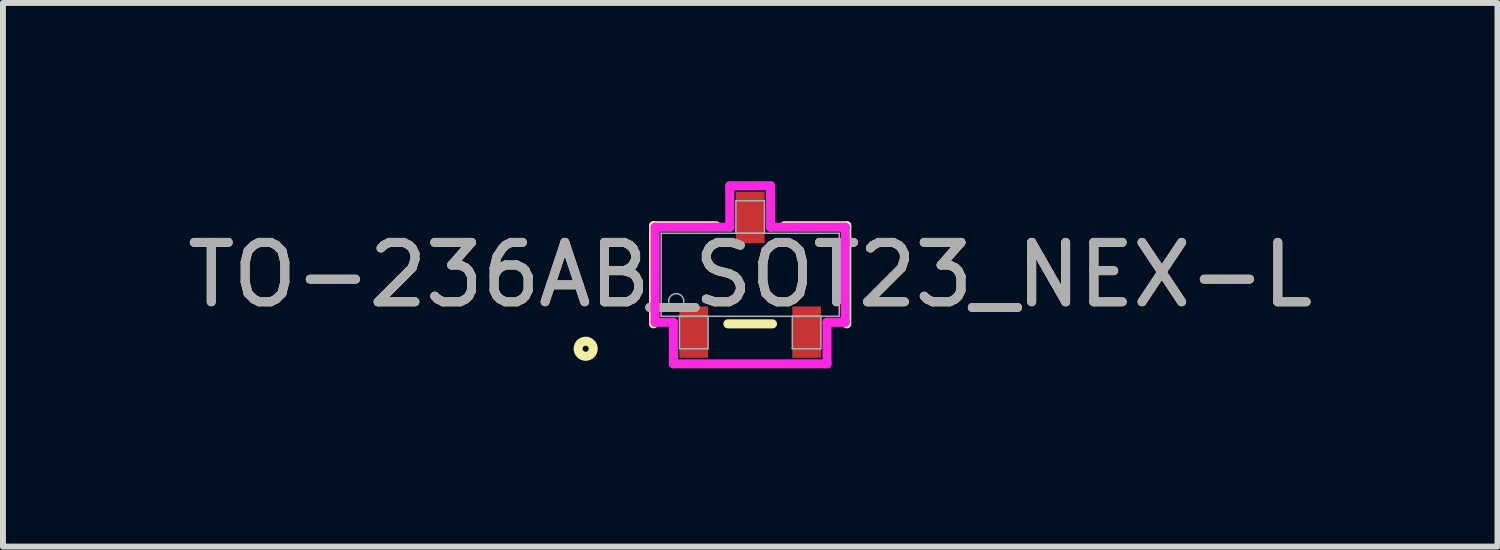
<source format=kicad_pcb>
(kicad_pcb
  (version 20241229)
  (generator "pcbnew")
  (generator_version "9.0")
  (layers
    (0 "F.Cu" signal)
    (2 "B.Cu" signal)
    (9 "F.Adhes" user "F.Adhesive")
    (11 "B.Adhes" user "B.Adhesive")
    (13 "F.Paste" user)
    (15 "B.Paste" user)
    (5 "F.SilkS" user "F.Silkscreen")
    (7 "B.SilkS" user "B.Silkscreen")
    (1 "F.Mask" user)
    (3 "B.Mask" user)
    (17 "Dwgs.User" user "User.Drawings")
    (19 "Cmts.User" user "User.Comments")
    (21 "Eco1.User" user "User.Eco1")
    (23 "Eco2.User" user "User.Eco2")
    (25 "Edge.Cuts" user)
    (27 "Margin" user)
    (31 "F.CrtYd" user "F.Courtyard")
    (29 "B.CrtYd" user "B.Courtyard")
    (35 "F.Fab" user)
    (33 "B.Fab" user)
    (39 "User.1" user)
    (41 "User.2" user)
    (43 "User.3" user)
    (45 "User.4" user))
  (footprint "TO-236AB_SOT23_NEX-L"
    (layer "F.Cu")
    (at 9.577 1.575)
    (property "Reference" "TO-236AB_SOT23_NEX-L" (at 0 0 0) (unlocked yes) (layer "F.SilkS") (effects (font (size 1 1) (thickness 0.15))))
    (attr smd)
    (fp_line (start -1.626 -0.826) (end -1.626 0.826) (stroke (width 0.152) (type solid)) (layer "F.SilkS"))
    (fp_line (start -0.574 -0.826) (end -1.626 -0.826) (stroke (width 0.152) (type solid)) (layer "F.SilkS"))
    (fp_line (start -0.376 0.826) (end 0.376 0.826) (stroke (width 0.152) (type solid)) (layer "F.SilkS"))
    (fp_line (start 1.626 -0.826) (end 0.574 -0.826) (stroke (width 0.152) (type solid)) (layer "F.SilkS"))
    (fp_line (start 1.626 0.826) (end 1.626 -0.826) (stroke (width 0.152) (type solid)) (layer "F.SilkS"))
    (fp_circle (center -2.769 1.245) (end -2.642 1.245) (stroke (width 0.152) (type solid)) (fill no) (layer "F.SilkS"))
    (fp_line (start -1.6 -0.8) (end -0.343 -0.8) (stroke (width 0.152) (type solid)) (layer "F.CrtYd"))
    (fp_line (start -1.6 0.8) (end -1.6 -0.8) (stroke (width 0.152) (type solid)) (layer "F.CrtYd"))
    (fp_line (start -1.6 0.8) (end -1.293 0.8) (stroke (width 0.152) (type solid)) (layer "F.CrtYd"))
    (fp_line (start -1.293 0.8) (end -1.293 1.499) (stroke (width 0.152) (type solid)) (layer "F.CrtYd"))
    (fp_line (start -1.293 1.499) (end 1.293 1.499) (stroke (width 0.152) (type solid)) (layer "F.CrtYd"))
    (fp_line (start -0.343 -1.499) (end 0.343 -1.499) (stroke (width 0.152) (type solid)) (layer "F.CrtYd"))
    (fp_line (start -0.343 -0.8) (end -0.343 -1.499) (stroke (width 0.152) (type solid)) (layer "F.CrtYd"))
    (fp_line (start 0.343 -0.8) (end 0.343 -1.499) (stroke (width 0.152) (type solid)) (layer "F.CrtYd"))
    (fp_line (start 1.293 0.8) (end 1.293 1.499) (stroke (width 0.152) (type solid)) (layer "F.CrtYd"))
    (fp_line (start 1.6 -0.8) (end 0.343 -0.8) (stroke (width 0.152) (type solid)) (layer "F.CrtYd"))
    (fp_line (start 1.6 -0.8) (end 1.6 0.8) (stroke (width 0.152) (type solid)) (layer "F.CrtYd"))
    (fp_line (start 1.6 0.8) (end 1.293 0.8) (stroke (width 0.152) (type solid)) (layer "F.CrtYd"))
    (fp_line (start -1.499 -0.699) (end -1.499 0.699) (stroke (width 0.025) (type solid)) (layer "F.Fab"))
    (fp_line (start -1.499 0.699) (end 1.499 0.699) (stroke (width 0.025) (type solid)) (layer "F.Fab"))
    (fp_line (start -1.191 0.699) (end -1.191 1.245) (stroke (width 0.025) (type solid)) (layer "F.Fab"))
    (fp_line (start -1.191 1.245) (end -0.709 1.245) (stroke (width 0.025) (type solid)) (layer "F.Fab"))
    (fp_line (start -0.709 0.699) (end -1.191 0.699) (stroke (width 0.025) (type solid)) (layer "F.Fab"))
    (fp_line (start -0.709 1.245) (end -0.709 0.699) (stroke (width 0.025) (type solid)) (layer "F.Fab"))
    (fp_line (start -0.241 -1.245) (end -0.241 -0.699) (stroke (width 0.025) (type solid)) (layer "F.Fab"))
    (fp_line (start -0.241 -0.699) (end 0.241 -0.699) (stroke (width 0.025) (type solid)) (layer "F.Fab"))
    (fp_line (start 0.241 -1.245) (end -0.241 -1.245) (stroke (width 0.025) (type solid)) (layer "F.Fab"))
    (fp_line (start 0.241 -0.699) (end 0.241 -1.245) (stroke (width 0.025) (type solid)) (layer "F.Fab"))
    (fp_line (start 0.709 0.699) (end 0.709 1.245) (stroke (width 0.025) (type solid)) (layer "F.Fab"))
    (fp_line (start 0.709 1.245) (end 1.191 1.245) (stroke (width 0.025) (type solid)) (layer "F.Fab"))
    (fp_line (start 1.191 0.699) (end 0.709 0.699) (stroke (width 0.025) (type solid)) (layer "F.Fab"))
    (fp_line (start 1.191 1.245) (end 1.191 0.699) (stroke (width 0.025) (type solid)) (layer "F.Fab"))
    (fp_line (start 1.499 -0.699) (end -1.499 -0.699) (stroke (width 0.025) (type solid)) (layer "F.Fab"))
    (fp_line (start 1.499 0.699) (end 1.499 -0.699) (stroke (width 0.025) (type solid)) (layer "F.Fab"))
    (fp_circle (center -1.245 0.445) (end -1.118 0.445) (stroke (width 0.025) (type solid)) (fill no) (layer "F.Fab"))
    (fp_text user "${REFERENCE}" (at 0 0 0) (unlocked yes) (layer "F.Fab") (effects (font (size 1 1) (thickness 0.15))))
    (pad "1" smd rect (at -0.95 0.965) (size 0.483 0.864) (layers "F.Cu" "F.Mask" "F.Paste"))
    (pad "2" smd rect (at 0.95 0.965) (size 0.483 0.864) (layers "F.Cu" "F.Mask" "F.Paste"))
    (pad "3" smd rect (at 0 -0.965) (size 0.483 0.864) (layers "F.Cu" "F.Mask" "F.Paste")))
  (gr_rect
    (start -3 -3)
    (end 22.155 6.15)
    (stroke (width 0.1) (type default))
    (fill no)
    (layer "Edge.Cuts")))
</source>
